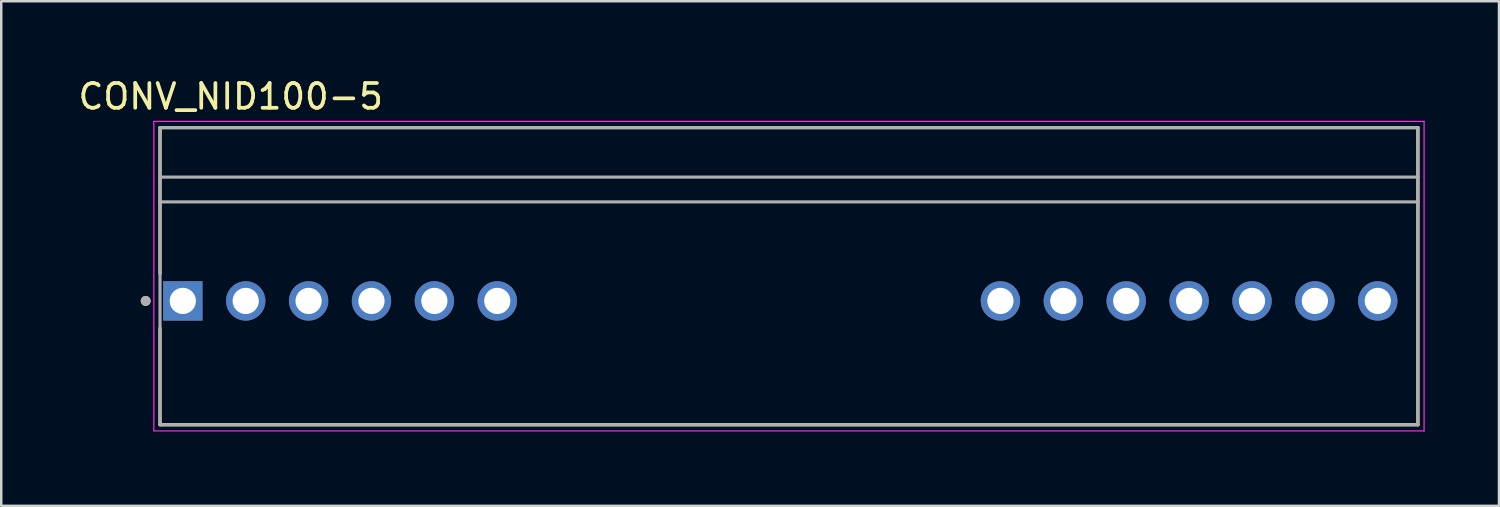
<source format=kicad_pcb>
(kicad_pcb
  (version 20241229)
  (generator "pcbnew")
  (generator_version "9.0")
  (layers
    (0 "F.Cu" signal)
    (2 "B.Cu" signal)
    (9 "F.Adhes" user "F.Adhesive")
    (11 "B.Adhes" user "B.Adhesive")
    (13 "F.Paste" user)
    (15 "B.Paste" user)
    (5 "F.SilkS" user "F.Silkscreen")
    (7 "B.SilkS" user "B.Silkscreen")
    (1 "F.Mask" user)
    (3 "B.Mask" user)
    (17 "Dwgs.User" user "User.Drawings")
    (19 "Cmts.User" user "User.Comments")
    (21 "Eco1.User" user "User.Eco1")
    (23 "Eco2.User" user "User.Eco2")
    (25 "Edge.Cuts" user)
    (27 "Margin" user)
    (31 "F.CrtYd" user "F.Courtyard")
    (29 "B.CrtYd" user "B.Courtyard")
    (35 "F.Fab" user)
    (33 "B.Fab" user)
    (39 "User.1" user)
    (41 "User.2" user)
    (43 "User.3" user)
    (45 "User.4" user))
  (footprint "CONV_NID100-5"
    (layer "F.Cu")
    (at 4.333 9.103)
    (property "Reference" "CONV_NID100-5" (at 1.935 -8.255 0) (layer "F.SilkS") (effects (font (size 1 1) (thickness 0.15))))
    (attr through_hole)
    (fp_line (start -0.92 -7) (end -0.92 -1.1) (stroke (width 0.127) (type solid)) (layer "F.SilkS"))
    (fp_line (start -0.92 1.1) (end -0.92 5) (stroke (width 0.127) (type solid)) (layer "F.SilkS"))
    (fp_line (start -0.92 5) (end 49.88 5) (stroke (width 0.127) (type solid)) (layer "F.SilkS"))
    (fp_line (start 49.88 -7) (end -0.92 -7) (stroke (width 0.127) (type solid)) (layer "F.SilkS"))
    (fp_line (start 49.88 5) (end 49.88 -7) (stroke (width 0.127) (type solid)) (layer "F.SilkS"))
    (fp_circle (center -1.5 0) (end -1.4 0) (stroke (width 0.2) (type solid)) (fill no) (layer "F.SilkS"))
    (fp_line (start -1.17 -7.25) (end -1.17 5.25) (stroke (width 0.05) (type solid)) (layer "F.CrtYd"))
    (fp_line (start -1.17 5.25) (end 50.13 5.25) (stroke (width 0.05) (type solid)) (layer "F.CrtYd"))
    (fp_line (start 50.13 -7.25) (end -1.17 -7.25) (stroke (width 0.05) (type solid)) (layer "F.CrtYd"))
    (fp_line (start 50.13 5.25) (end 50.13 -7.25) (stroke (width 0.05) (type solid)) (layer "F.CrtYd"))
    (fp_line (start -0.92 -7) (end -0.92 -4) (stroke (width 0.127) (type solid)) (layer "F.Fab"))
    (fp_line (start -0.92 -5) (end 49.88 -5) (stroke (width 0.127) (type solid)) (layer "F.Fab"))
    (fp_line (start -0.92 -4) (end -0.92 5) (stroke (width 0.127) (type solid)) (layer "F.Fab"))
    (fp_line (start -0.92 -4) (end 49.88 -4) (stroke (width 0.127) (type solid)) (layer "F.Fab"))
    (fp_line (start -0.92 5) (end 49.88 5) (stroke (width 0.127) (type solid)) (layer "F.Fab"))
    (fp_line (start 49.88 -7) (end -0.92 -7) (stroke (width 0.127) (type solid)) (layer "F.Fab"))
    (fp_line (start 49.88 -5) (end 49.88 -7) (stroke (width 0.127) (type solid)) (layer "F.Fab"))
    (fp_line (start 49.88 -4) (end 49.88 -5) (stroke (width 0.127) (type solid)) (layer "F.Fab"))
    (fp_line (start 49.88 5) (end 49.88 -4) (stroke (width 0.127) (type solid)) (layer "F.Fab"))
    (fp_circle (center -1.5 0) (end -1.4 0) (stroke (width 0.2) (type solid)) (fill no) (layer "F.Fab"))
    (pad "1" thru_hole rect (at 0 0) (size 1.59 1.59) (drill 1.06) (layers "*.Cu" "*.Mask"))
    (pad "2" thru_hole circle (at 2.54 0) (size 1.59 1.59) (drill 1.06) (layers "*.Cu" "*.Mask"))
    (pad "3" thru_hole circle (at 5.08 0) (size 1.59 1.59) (drill 1.06) (layers "*.Cu" "*.Mask"))
    (pad "4" thru_hole circle (at 7.62 0) (size 1.59 1.59) (drill 1.06) (layers "*.Cu" "*.Mask"))
    (pad "5" thru_hole circle (at 10.16 0) (size 1.59 1.59) (drill 1.06) (layers "*.Cu" "*.Mask"))
    (pad "6" thru_hole circle (at 12.7 0) (size 1.59 1.59) (drill 1.06) (layers "*.Cu" "*.Mask"))
    (pad "7" thru_hole circle (at 33.02 0) (size 1.59 1.59) (drill 1.06) (layers "*.Cu" "*.Mask"))
    (pad "8" thru_hole circle (at 35.56 0) (size 1.59 1.59) (drill 1.06) (layers "*.Cu" "*.Mask"))
    (pad "9" thru_hole circle (at 38.1 0) (size 1.59 1.59) (drill 1.06) (layers "*.Cu" "*.Mask"))
    (pad "10" thru_hole circle (at 40.64 0) (size 1.59 1.59) (drill 1.06) (layers "*.Cu" "*.Mask"))
    (pad "11" thru_hole circle (at 43.18 0) (size 1.59 1.59) (drill 1.06) (layers "*.Cu" "*.Mask"))
    (pad "12" thru_hole circle (at 45.72 0) (size 1.59 1.59) (drill 1.06) (layers "*.Cu" "*.Mask"))
    (pad "13" thru_hole circle (at 48.26 0) (size 1.59 1.59) (drill 1.06) (layers "*.Cu" "*.Mask")))
  (gr_rect
    (start -3 -3)
    (end 57.488 17.378)
    (stroke (width 0.1) (type default))
    (fill no)
    (layer "Edge.Cuts")))
</source>
